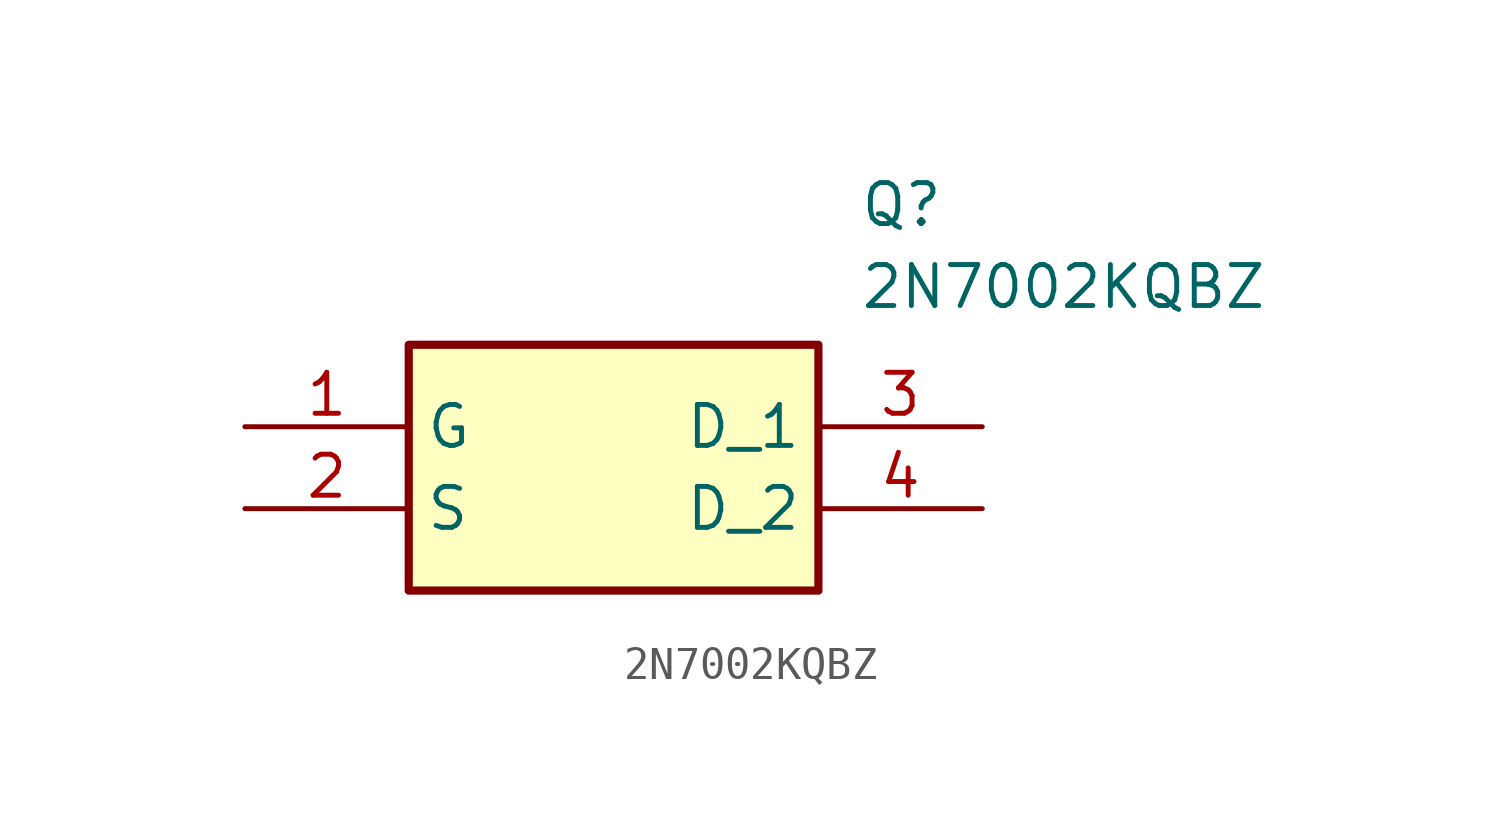
<source format=kicad_sym>
(kicad_symbol_lib
  (version 20211014)
  (generator SamacSys_ECAD_Model)
  (symbol "2N7002KQBZ"
    (property "Reference" "Q"
      (at 19.05 7.62 0)
      (effects (font (size 1.27 1.27)) (justify left top)))
    (property "Value" "2N7002KQBZ"
      (at 19.05 5.08 0)
      (effects (font (size 1.27 1.27)) (justify left top)))
    (rectangle
      (start 5.08 2.54)
      (end 17.78 -5.08)
      (stroke (width 0.254) (type default))
      (fill (type background)))
    (pin passive line
      (at 0 0 0)
      (length 5.08)
      (name "G" (effects (font (size 1.27 1.27))))
      (number "1" (effects (font (size 1.27 1.27)))))
    (pin passive line
      (at 0 -2.54 0)
      (length 5.08)
      (name "S" (effects (font (size 1.27 1.27))))
      (number "2" (effects (font (size 1.27 1.27)))))
    (pin passive line
      (at 22.86 0 180)
      (length 5.08)
      (name "D_1" (effects (font (size 1.27 1.27))))
      (number "3" (effects (font (size 1.27 1.27)))))
    (pin passive line
      (at 22.86 -2.54 180)
      (length 5.08)
      (name "D_2" (effects (font (size 1.27 1.27))))
      (number "4" (effects (font (size 1.27 1.27)))))))
</source>
